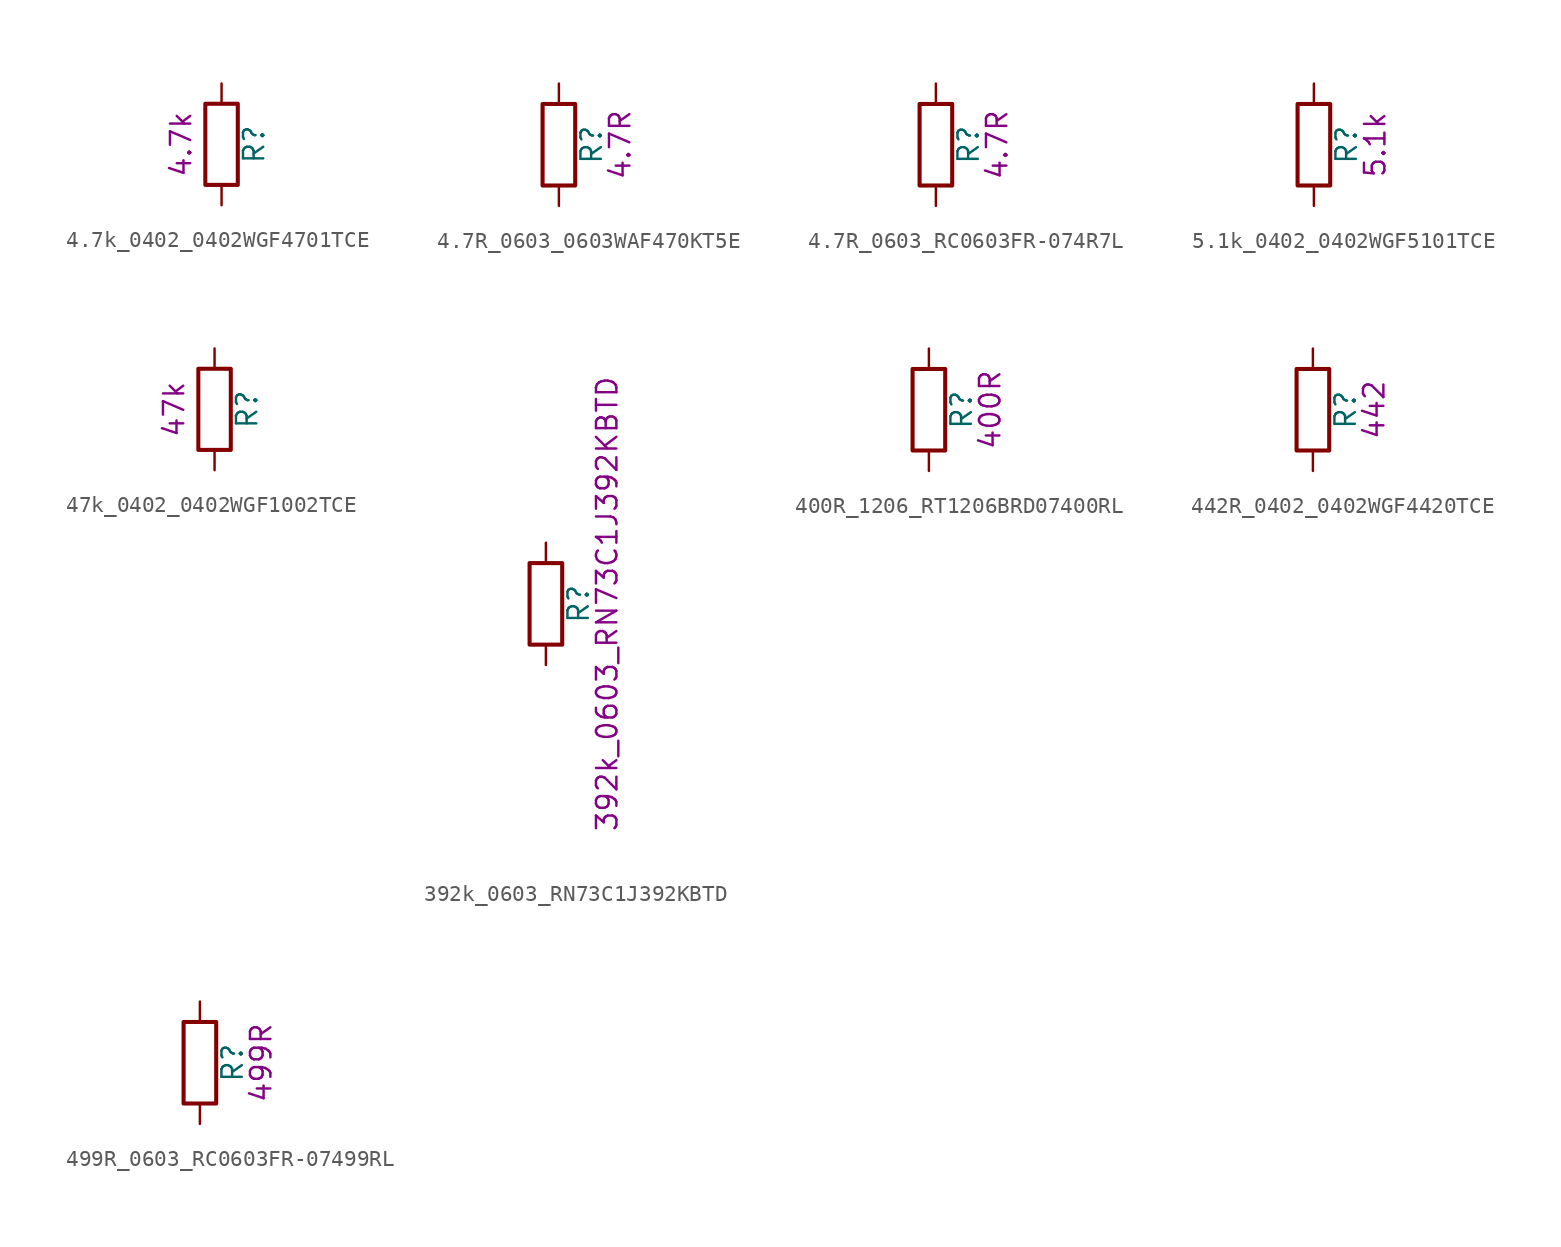
<source format=kicad_sym>
(kicad_symbol_lib
  (version 20231120)
  (generator "kicad_symbol_editor")
  (generator_version "8.0")
  (symbol "4.7k_0402_0402WGF4701TCE"
    (pin_numbers hide)
    (pin_names
      (offset 0))
    (property "Reference" "R"
      (at 2.032 0 90)
      (effects (font (size 1.27 1.27))))
    (property "UserValue" "4.7k"
      (at -2.54 0 90)
      (effects (font (size 1.27 1.27))))
    (symbol "4.7k_0402_0402WGF4701TCE_0_1"
      (rectangle (start -1.016 -2.54) (end 1.016 2.54) (stroke (width 0.254) (type default)) (fill (type none))))
    (symbol "4.7k_0402_0402WGF4701TCE_1_1"
      (pin passive line (at 0 3.81 270) (length 1.27) (name "~" (effects (font (size 1.27 1.27)))) (number "1" (effects (font (size 1.27 1.27)))))
      (pin passive line (at 0 -3.81 90) (length 1.27) (name "~" (effects (font (size 1.27 1.27)))) (number "2" (effects (font (size 1.27 1.27)))))))
  (symbol "4.7R_0603_0603WAF470KT5E"
    (pin_numbers hide)
    (pin_names
      (offset 0))
    (property "Reference" "R"
      (at 2.032 0 90)
      (effects (font (size 1.27 1.27))))
    (property "UserValue" "4.7R"
      (at 3.81 0 90)
      (effects (font (size 1.27 1.27))))
    (symbol "4.7R_0603_0603WAF470KT5E_0_1"
      (rectangle (start -1.016 -2.54) (end 1.016 2.54) (stroke (width 0.254) (type default)) (fill (type none))))
    (symbol "4.7R_0603_0603WAF470KT5E_1_1"
      (pin passive line (at 0 3.81 270) (length 1.27) (name "~" (effects (font (size 1.27 1.27)))) (number "1" (effects (font (size 1.27 1.27)))))
      (pin passive line (at 0 -3.81 90) (length 1.27) (name "~" (effects (font (size 1.27 1.27)))) (number "2" (effects (font (size 1.27 1.27)))))))
  (symbol "4.7R_0603_RC0603FR-074R7L"
    (pin_numbers hide)
    (pin_names
      (offset 0))
    (property "Reference" "R"
      (at 2.032 0 90)
      (effects (font (size 1.27 1.27))))
    (property "UserValue" "4.7R"
      (at 3.81 0 90)
      (effects (font (size 1.27 1.27))))
    (symbol "4.7R_0603_RC0603FR-074R7L_0_1"
      (rectangle (start -1.016 -2.54) (end 1.016 2.54) (stroke (width 0.254) (type default)) (fill (type none))))
    (symbol "4.7R_0603_RC0603FR-074R7L_1_1"
      (pin passive line (at 0 3.81 270) (length 1.27) (name "~" (effects (font (size 1.27 1.27)))) (number "1" (effects (font (size 1.27 1.27)))))
      (pin passive line (at 0 -3.81 90) (length 1.27) (name "~" (effects (font (size 1.27 1.27)))) (number "2" (effects (font (size 1.27 1.27)))))))
  (symbol "5.1k_0402_0402WGF5101TCE"
    (pin_numbers hide)
    (pin_names
      (offset 0))
    (property "Reference" "R"
      (at 2.032 0 90)
      (effects (font (size 1.27 1.27))))
    (property "UserValue" "5.1k"
      (at 3.81 0 90)
      (effects (font (size 1.27 1.27))))
    (symbol "5.1k_0402_0402WGF5101TCE_0_1"
      (rectangle (start -1.016 -2.54) (end 1.016 2.54) (stroke (width 0.254) (type default)) (fill (type none))))
    (symbol "5.1k_0402_0402WGF5101TCE_1_1"
      (pin passive line (at 0 3.81 270) (length 1.27) (name "~" (effects (font (size 1.27 1.27)))) (number "1" (effects (font (size 1.27 1.27)))))
      (pin passive line (at 0 -3.81 90) (length 1.27) (name "~" (effects (font (size 1.27 1.27)))) (number "2" (effects (font (size 1.27 1.27)))))))
  (symbol "47k_0402_0402WGF1002TCE"
    (pin_numbers hide)
    (pin_names
      (offset 0))
    (property "Reference" "R"
      (at 2.032 0 90)
      (effects (font (size 1.27 1.27))))
    (property "UserValue" "47k"
      (at -2.54 0 90)
      (effects (font (size 1.27 1.27))))
    (symbol "47k_0402_0402WGF1002TCE_0_1"
      (rectangle (start -1.016 -2.54) (end 1.016 2.54) (stroke (width 0.254) (type default)) (fill (type none))))
    (symbol "47k_0402_0402WGF1002TCE_1_1"
      (pin passive line (at 0 3.81 270) (length 1.27) (name "~" (effects (font (size 1.27 1.27)))) (number "1" (effects (font (size 1.27 1.27)))))
      (pin passive line (at 0 -3.81 90) (length 1.27) (name "~" (effects (font (size 1.27 1.27)))) (number "2" (effects (font (size 1.27 1.27)))))))
  (symbol "392k_0603_RN73C1J392KBTD"
    (pin_numbers hide)
    (pin_names
      (offset 0))
    (property "Reference" "R"
      (at 2.032 0 90)
      (effects (font (size 1.27 1.27))))
    (property "UserValue" "392k_0603_RN73C1J392KBTD"
      (at 3.81 0 90)
      (effects (font (size 1.27 1.27))))
    (symbol "392k_0603_RN73C1J392KBTD_0_1"
      (rectangle (start -1.016 -2.54) (end 1.016 2.54) (stroke (width 0.254) (type default)) (fill (type none))))
    (symbol "392k_0603_RN73C1J392KBTD_1_1"
      (pin passive line (at 0 3.81 270) (length 1.27) (name "~" (effects (font (size 1.27 1.27)))) (number "1" (effects (font (size 1.27 1.27)))))
      (pin passive line (at 0 -3.81 90) (length 1.27) (name "~" (effects (font (size 1.27 1.27)))) (number "2" (effects (font (size 1.27 1.27)))))))
  (symbol "400R_1206_RT1206BRD07400RL"
    (pin_numbers hide)
    (pin_names
      (offset 0))
    (property "Reference" "R"
      (at 2.032 0 90)
      (effects (font (size 1.27 1.27))))
    (property "UserValue" "400R"
      (at 3.81 0 90)
      (effects (font (size 1.27 1.27))))
    (symbol "400R_1206_RT1206BRD07400RL_0_1"
      (rectangle (start -1.016 -2.54) (end 1.016 2.54) (stroke (width 0.254) (type default)) (fill (type none))))
    (symbol "400R_1206_RT1206BRD07400RL_1_1"
      (pin passive line (at 0 3.81 270) (length 1.27) (name "~" (effects (font (size 1.27 1.27)))) (number "1" (effects (font (size 1.27 1.27)))))
      (pin passive line (at 0 -3.81 90) (length 1.27) (name "~" (effects (font (size 1.27 1.27)))) (number "2" (effects (font (size 1.27 1.27)))))))
  (symbol "442R_0402_0402WGF4420TCE"
    (pin_numbers hide)
    (pin_names
      (offset 0))
    (property "Reference" "R"
      (at 2.032 0 90)
      (effects (font (size 1.27 1.27))))
    (property "UserValue" "442"
      (at 3.81 0 90)
      (effects (font (size 1.27 1.27))))
    (symbol "442R_0402_0402WGF4420TCE_0_1"
      (rectangle (start -1.016 -2.54) (end 1.016 2.54) (stroke (width 0.254) (type default)) (fill (type none))))
    (symbol "442R_0402_0402WGF4420TCE_1_1"
      (pin passive line (at 0 3.81 270) (length 1.27) (name "~" (effects (font (size 1.27 1.27)))) (number "1" (effects (font (size 1.27 1.27)))))
      (pin passive line (at 0 -3.81 90) (length 1.27) (name "~" (effects (font (size 1.27 1.27)))) (number "2" (effects (font (size 1.27 1.27)))))))
  (symbol "499R_0603_RC0603FR-07499RL"
    (pin_numbers hide)
    (pin_names
      (offset 0))
    (property "Reference" "R"
      (at 2.032 0 90)
      (effects (font (size 1.27 1.27))))
    (property "UserValue" "499R"
      (at 3.81 0 90)
      (effects (font (size 1.27 1.27))))
    (symbol "499R_0603_RC0603FR-07499RL_0_1"
      (rectangle (start -1.016 -2.54) (end 1.016 2.54) (stroke (width 0.254) (type default)) (fill (type none))))
    (symbol "499R_0603_RC0603FR-07499RL_1_1"
      (pin passive line (at 0 3.81 270) (length 1.27) (name "~" (effects (font (size 1.27 1.27)))) (number "1" (effects (font (size 1.27 1.27)))))
      (pin passive line (at 0 -3.81 90) (length 1.27) (name "~" (effects (font (size 1.27 1.27)))) (number "2" (effects (font (size 1.27 1.27))))))))
</source>
